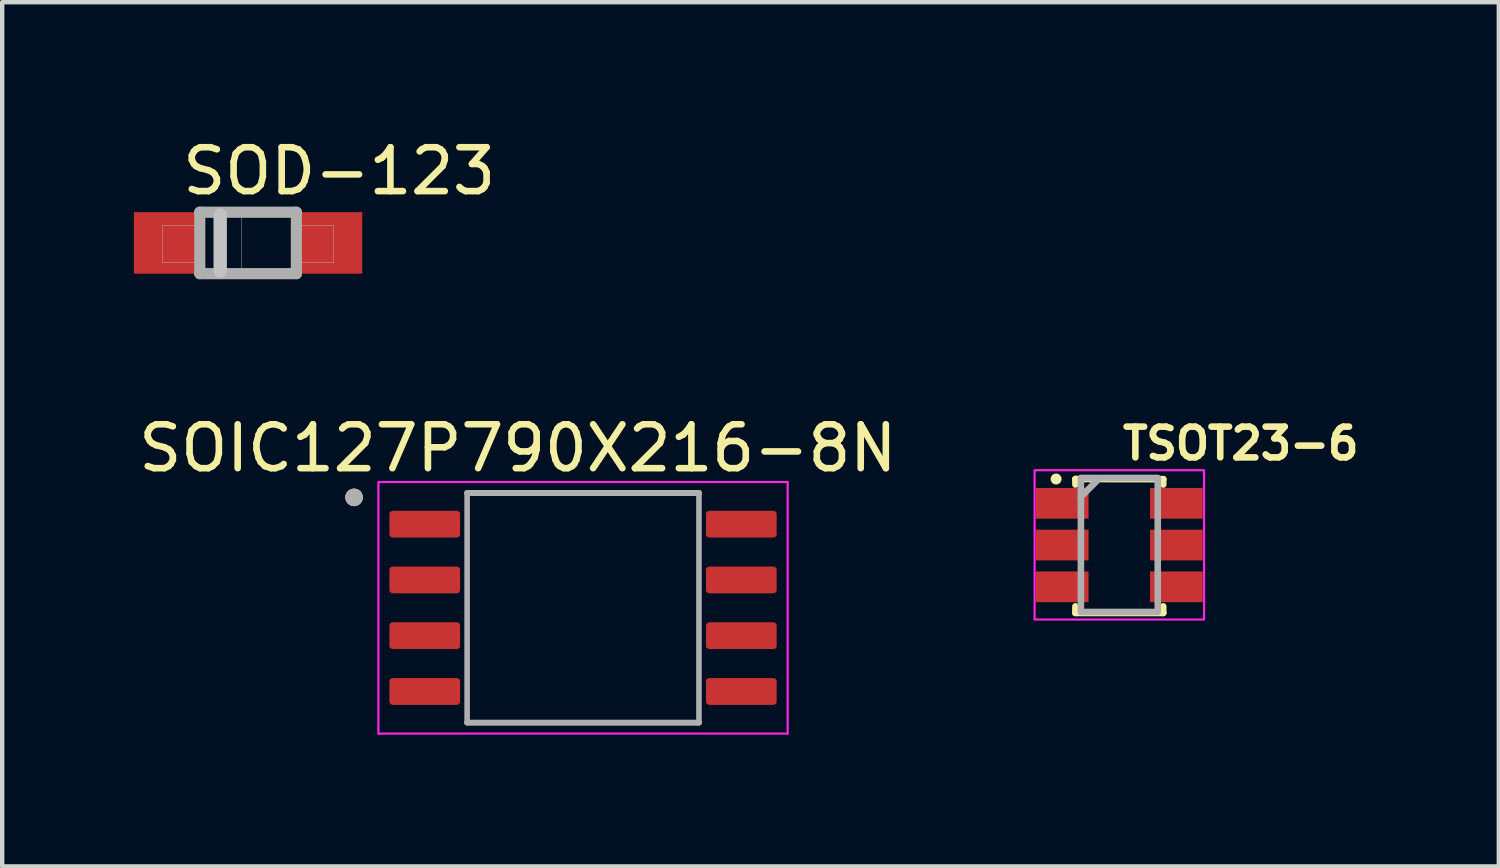
<source format=kicad_pcb>
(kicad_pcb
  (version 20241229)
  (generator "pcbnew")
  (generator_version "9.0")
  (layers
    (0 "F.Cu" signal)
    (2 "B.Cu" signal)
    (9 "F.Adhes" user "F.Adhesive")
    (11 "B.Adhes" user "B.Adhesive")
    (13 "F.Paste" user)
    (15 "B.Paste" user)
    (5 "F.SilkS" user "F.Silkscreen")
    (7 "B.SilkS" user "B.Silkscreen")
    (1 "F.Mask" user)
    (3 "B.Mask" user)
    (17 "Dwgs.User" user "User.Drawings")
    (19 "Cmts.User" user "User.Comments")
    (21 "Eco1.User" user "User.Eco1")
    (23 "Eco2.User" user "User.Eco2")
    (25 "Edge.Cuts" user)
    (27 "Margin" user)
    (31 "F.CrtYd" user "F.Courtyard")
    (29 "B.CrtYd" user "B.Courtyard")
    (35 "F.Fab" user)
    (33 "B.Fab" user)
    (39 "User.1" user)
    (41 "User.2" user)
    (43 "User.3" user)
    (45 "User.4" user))
  (footprint "TSOT23-6"
    (layer "F.Cu")
    (at 22.443 9.36)
    (property "Reference" "TSOT23-6" (at 0 -1.9 0) (layer "F.SilkS") (effects (font (size 0.7 0.7) (thickness 0.15)) (justify left bottom)))
    (attr smd)
    (fp_line (start -1 -1.5) (end -1 -1.375) (stroke (width 0.15) (type solid)) (layer "F.SilkS"))
    (fp_line (start -1 1.55) (end -1 1.4) (stroke (width 0.15) (type solid)) (layer "F.SilkS"))
    (fp_line (start 1 -1.497) (end -1 -1.5) (stroke (width 0.15) (type solid)) (layer "F.SilkS"))
    (fp_line (start 1 -1.497) (end 1 -1.375) (stroke (width 0.15) (type solid)) (layer "F.SilkS"))
    (fp_line (start 1 1.55) (end -1 1.55) (stroke (width 0.15) (type solid)) (layer "F.SilkS"))
    (fp_line (start 1 1.55) (end 1 1.4) (stroke (width 0.15) (type solid)) (layer "F.SilkS"))
    (fp_circle (center -1.44 -1.5) (end -1.39 -1.5) (stroke (width 0.15) (type solid)) (fill yes) (layer "F.SilkS"))
    (fp_rect (start 1.93 -1.7) (end -1.93 1.7) (stroke (width 0.05) (type solid)) (fill no) (layer "F.CrtYd"))
    (fp_line (start -0.45 -1.521) (end -0.876 -1.096) (stroke (width 0.15) (type solid)) (layer "F.Fab"))
    (fp_rect (start 0.875 1.528) (end -0.875 -1.525) (stroke (width 0.15) (type solid)) (fill no) (layer "F.Fab"))
    (fp_rect (start 1.23 -1.397) (end -1.23 1.396) (stroke (width 0.15) (type solid)) (fill no) (layer "User.5"))
    (fp_line (start -1.197 -0.724) (end -1.197 -1.182) (stroke (width 0.01) (type solid)) (layer "User.9"))
    (fp_line (start -1.197 0.228) (end -1.197 -0.229) (stroke (width 0.01) (type solid)) (layer "User.9"))
    (fp_line (start -1.197 1.181) (end -1.197 0.723) (stroke (width 0.01) (type solid)) (layer "User.9"))
    (fp_line (start -0.994 -1.182) (end -1.197 -1.182) (stroke (width 0.01) (type solid)) (layer "User.9"))
    (fp_line (start -0.994 -0.724) (end -1.197 -0.724) (stroke (width 0.01) (type solid)) (layer "User.9"))
    (fp_line (start -0.994 -0.229) (end -1.197 -0.229) (stroke (width 0.01) (type solid)) (layer "User.9"))
    (fp_line (start -0.994 0.228) (end -1.197 0.228) (stroke (width 0.01) (type solid)) (layer "User.9"))
    (fp_line (start -0.994 0.723) (end -1.197 0.723) (stroke (width 0.01) (type solid)) (layer "User.9"))
    (fp_line (start -0.994 1.181) (end -1.197 1.181) (stroke (width 0.01) (type solid)) (layer "User.9"))
    (fp_line (start -0.918 -1.182) (end -0.994 -1.182) (stroke (width 0.01) (type solid)) (layer "User.9"))
    (fp_line (start -0.918 -0.724) (end -0.994 -0.724) (stroke (width 0.01) (type solid)) (layer "User.9"))
    (fp_line (start -0.918 -0.724) (end -0.918 -1.182) (stroke (width 0.01) (type solid)) (layer "User.9"))
    (fp_line (start -0.918 -0.229) (end -0.994 -0.229) (stroke (width 0.01) (type solid)) (layer "User.9"))
    (fp_line (start -0.918 0.228) (end -0.994 0.228) (stroke (width 0.01) (type solid)) (layer "User.9"))
    (fp_line (start -0.918 0.228) (end -0.918 -0.229) (stroke (width 0.01) (type solid)) (layer "User.9"))
    (fp_line (start -0.918 0.723) (end -0.994 0.723) (stroke (width 0.01) (type solid)) (layer "User.9"))
    (fp_line (start -0.918 1.181) (end -0.994 1.181) (stroke (width 0.01) (type solid)) (layer "User.9"))
    (fp_line (start -0.918 1.181) (end -0.918 0.723) (stroke (width 0.01) (type solid)) (layer "User.9"))
    (fp_line (start -0.638 -1.182) (end -0.918 -1.182) (stroke (width 0.01) (type solid)) (layer "User.9"))
    (fp_line (start -0.638 -0.724) (end -0.918 -0.724) (stroke (width 0.01) (type solid)) (layer "User.9"))
    (fp_line (start -0.638 -0.229) (end -0.918 -0.229) (stroke (width 0.01) (type solid)) (layer "User.9"))
    (fp_line (start -0.638 0.228) (end -0.918 0.228) (stroke (width 0.01) (type solid)) (layer "User.9"))
    (fp_line (start -0.638 0.723) (end -0.918 0.723) (stroke (width 0.01) (type solid)) (layer "User.9"))
    (fp_line (start -0.638 1.181) (end -0.918 1.181) (stroke (width 0.01) (type solid)) (layer "User.9"))
    (fp_line (start -0.626 -1.397) (end -0.441 -1.213) (stroke (width 0.01) (type solid)) (layer "User.9"))
    (fp_line (start -0.626 -1.397) (end 0.644 -1.397) (stroke (width 0.01) (type solid)) (layer "User.9"))
    (fp_line (start -0.626 -1.182) (end -0.626 -1.397) (stroke (width 0.01) (type solid)) (layer "User.9"))
    (fp_line (start -0.626 -0.229) (end -0.626 -0.724) (stroke (width 0.01) (type solid)) (layer "User.9"))
    (fp_line (start -0.626 0.723) (end -0.626 0.228) (stroke (width 0.01) (type solid)) (layer "User.9"))
    (fp_line (start -0.626 1.396) (end -0.626 1.181) (stroke (width 0.01) (type solid)) (layer "User.9"))
    (fp_line (start -0.626 1.396) (end -0.441 1.212) (stroke (width 0.01) (type solid)) (layer "User.9"))
    (fp_line (start -0.616 -1.182) (end -0.638 -1.182) (stroke (width 0.01) (type solid)) (layer "User.9"))
    (fp_line (start -0.616 -1.182) (end -0.616 -0.724) (stroke (width 0.01) (type solid)) (layer "User.9"))
    (fp_line (start -0.616 -0.724) (end -0.638 -0.724) (stroke (width 0.01) (type solid)) (layer "User.9"))
    (fp_line (start -0.616 -0.229) (end -0.638 -0.229) (stroke (width 0.01) (type solid)) (layer "User.9"))
    (fp_line (start -0.616 -0.229) (end -0.616 0.228) (stroke (width 0.01) (type solid)) (layer "User.9"))
    (fp_line (start -0.616 0.228) (end -0.638 0.228) (stroke (width 0.01) (type solid)) (layer "User.9"))
    (fp_line (start -0.616 0.723) (end -0.638 0.723) (stroke (width 0.01) (type solid)) (layer "User.9"))
    (fp_line (start -0.616 0.723) (end -0.616 1.181) (stroke (width 0.01) (type solid)) (layer "User.9"))
    (fp_line (start -0.616 1.181) (end -0.638 1.181) (stroke (width 0.01) (type solid)) (layer "User.9"))
    (fp_line (start -0.441 -1.213) (end -0.441 1.212) (stroke (width 0.01) (type solid)) (layer "User.9"))
    (fp_line (start -0.441 1.212) (end 0.46 1.212) (stroke (width 0.01) (type solid)) (layer "User.9"))
    (fp_line (start 0.46 -1.213) (end -0.441 -1.213) (stroke (width 0.01) (type solid)) (layer "User.9"))
    (fp_line (start 0.46 -1.213) (end 0.644 -1.397) (stroke (width 0.01) (type solid)) (layer "User.9"))
    (fp_line (start 0.46 1.212) (end 0.46 -1.213) (stroke (width 0.01) (type solid)) (layer "User.9"))
    (fp_line (start 0.46 1.212) (end 0.644 1.396) (stroke (width 0.01) (type solid)) (layer "User.9"))
    (fp_line (start 0.635 -1.182) (end 0.67 -1.182) (stroke (width 0.01) (type solid)) (layer "User.9"))
    (fp_line (start 0.635 -0.724) (end 0.635 -1.182) (stroke (width 0.01) (type solid)) (layer "User.9"))
    (fp_line (start 0.635 -0.724) (end 0.67 -0.724) (stroke (width 0.01) (type solid)) (layer "User.9"))
    (fp_line (start 0.635 -0.229) (end 0.67 -0.229) (stroke (width 0.01) (type solid)) (layer "User.9"))
    (fp_line (start 0.635 0.228) (end 0.635 -0.229) (stroke (width 0.01) (type solid)) (layer "User.9"))
    (fp_line (start 0.635 0.228) (end 0.67 0.228) (stroke (width 0.01) (type solid)) (layer "User.9"))
    (fp_line (start 0.635 0.723) (end 0.67 0.723) (stroke (width 0.01) (type solid)) (layer "User.9"))
    (fp_line (start 0.635 1.181) (end 0.635 0.723) (stroke (width 0.01) (type solid)) (layer "User.9"))
    (fp_line (start 0.635 1.181) (end 0.67 1.181) (stroke (width 0.01) (type solid)) (layer "User.9"))
    (fp_line (start 0.644 -1.397) (end 0.644 -1.182) (stroke (width 0.01) (type solid)) (layer "User.9"))
    (fp_line (start 0.644 -0.724) (end 0.644 -0.229) (stroke (width 0.01) (type solid)) (layer "User.9"))
    (fp_line (start 0.644 0.228) (end 0.644 0.723) (stroke (width 0.01) (type solid)) (layer "User.9"))
    (fp_line (start 0.644 1.181) (end 0.644 1.396) (stroke (width 0.01) (type solid)) (layer "User.9"))
    (fp_line (start 0.644 1.396) (end -0.626 1.396) (stroke (width 0.01) (type solid)) (layer "User.9"))
    (fp_line (start 0.67 -1.182) (end 0.949 -1.182) (stroke (width 0.01) (type solid)) (layer "User.9"))
    (fp_line (start 0.67 -0.724) (end 0.949 -0.724) (stroke (width 0.01) (type solid)) (layer "User.9"))
    (fp_line (start 0.67 -0.229) (end 0.949 -0.229) (stroke (width 0.01) (type solid)) (layer "User.9"))
    (fp_line (start 0.67 0.228) (end 0.949 0.228) (stroke (width 0.01) (type solid)) (layer "User.9"))
    (fp_line (start 0.67 0.723) (end 0.949 0.723) (stroke (width 0.01) (type solid)) (layer "User.9"))
    (fp_line (start 0.67 1.181) (end 0.949 1.181) (stroke (width 0.01) (type solid)) (layer "User.9"))
    (fp_line (start 0.949 -1.182) (end 0.949 -0.724) (stroke (width 0.01) (type solid)) (layer "User.9"))
    (fp_line (start 0.949 -1.182) (end 1.025 -1.182) (stroke (width 0.01) (type solid)) (layer "User.9"))
    (fp_line (start 0.949 -0.724) (end 1.025 -0.724) (stroke (width 0.01) (type solid)) (layer "User.9"))
    (fp_line (start 0.949 -0.229) (end 0.949 0.228) (stroke (width 0.01) (type solid)) (layer "User.9"))
    (fp_line (start 0.949 -0.229) (end 1.025 -0.229) (stroke (width 0.01) (type solid)) (layer "User.9"))
    (fp_line (start 0.949 0.228) (end 1.025 0.228) (stroke (width 0.01) (type solid)) (layer "User.9"))
    (fp_line (start 0.949 0.723) (end 0.949 1.181) (stroke (width 0.01) (type solid)) (layer "User.9"))
    (fp_line (start 0.949 0.723) (end 1.025 0.723) (stroke (width 0.01) (type solid)) (layer "User.9"))
    (fp_line (start 0.949 1.181) (end 1.025 1.181) (stroke (width 0.01) (type solid)) (layer "User.9"))
    (fp_line (start 1.025 -1.182) (end 1.229 -1.182) (stroke (width 0.01) (type solid)) (layer "User.9"))
    (fp_line (start 1.025 -0.724) (end 1.229 -0.724) (stroke (width 0.01) (type solid)) (layer "User.9"))
    (fp_line (start 1.025 -0.229) (end 1.229 -0.229) (stroke (width 0.01) (type solid)) (layer "User.9"))
    (fp_line (start 1.025 0.228) (end 1.229 0.228) (stroke (width 0.01) (type solid)) (layer "User.9"))
    (fp_line (start 1.025 0.723) (end 1.229 0.723) (stroke (width 0.01) (type solid)) (layer "User.9"))
    (fp_line (start 1.025 1.181) (end 1.229 1.181) (stroke (width 0.01) (type solid)) (layer "User.9"))
    (fp_line (start 1.229 -1.182) (end 1.229 -0.724) (stroke (width 0.01) (type solid)) (layer "User.9"))
    (fp_line (start 1.229 -0.229) (end 1.229 0.228) (stroke (width 0.01) (type solid)) (layer "User.9"))
    (fp_line (start 1.229 0.723) (end 1.229 1.181) (stroke (width 0.01) (type solid)) (layer "User.9"))
    (pad "1" smd rect (at -1.301 -0.947 270) (size 0.7 1.2) (layers "F.Cu" "F.Mask" "F.Paste"))
    (pad "2" smd rect (at -1.301 0.004 270) (size 0.7 1.2) (layers "F.Cu" "F.Mask" "F.Paste"))
    (pad "3" smd rect (at -1.301 0.954 270) (size 0.7 1.2) (layers "F.Cu" "F.Mask" "F.Paste"))
    (pad "4" smd rect (at 1.299 0.954 270) (size 0.7 1.2) (layers "F.Cu" "F.Mask" "F.Paste"))
    (pad "5" smd rect (at 1.299 0.004 270) (size 0.7 1.2) (layers "F.Cu" "F.Mask" "F.Paste"))
    (pad "6" smd rect (at 1.299 -0.947 270) (size 0.7 1.2) (layers "F.Cu" "F.Mask" "F.Paste")))
  (footprint "SOIC127P790X216-8N"
    (layer "F.Cu")
    (at 10.229 10.793)
    (property "Reference" "SOIC127P790X216-8N" (at -1.485 -3.635 0) (layer "F.SilkS") (effects (font (size 1 1) (thickness 0.15))))
    (attr smd)
    (fp_line (start -2.64 -2.615) (end 2.64 -2.615) (stroke (width 0.127) (type solid)) (layer "F.SilkS"))
    (fp_line (start -2.64 2.615) (end 2.64 2.615) (stroke (width 0.127) (type solid)) (layer "F.SilkS"))
    (fp_circle (center -5.215 -2.515) (end -5.115 -2.515) (stroke (width 0.2) (type solid)) (fill no) (layer "F.SilkS"))
    (fp_line (start -4.66 -2.865) (end -4.66 2.865) (stroke (width 0.05) (type solid)) (layer "F.CrtYd"))
    (fp_line (start -4.66 -2.865) (end 4.66 -2.865) (stroke (width 0.05) (type solid)) (layer "F.CrtYd"))
    (fp_line (start -4.66 2.865) (end 4.66 2.865) (stroke (width 0.05) (type solid)) (layer "F.CrtYd"))
    (fp_line (start 4.66 -2.865) (end 4.66 2.865) (stroke (width 0.05) (type solid)) (layer "F.CrtYd"))
    (fp_line (start -2.64 -2.615) (end -2.64 2.615) (stroke (width 0.127) (type solid)) (layer "F.Fab"))
    (fp_line (start -2.64 -2.615) (end 2.64 -2.615) (stroke (width 0.127) (type solid)) (layer "F.Fab"))
    (fp_line (start -2.64 2.615) (end 2.64 2.615) (stroke (width 0.127) (type solid)) (layer "F.Fab"))
    (fp_line (start 2.64 -2.615) (end 2.64 2.615) (stroke (width 0.127) (type solid)) (layer "F.Fab"))
    (fp_circle (center -5.215 -2.515) (end -5.115 -2.515) (stroke (width 0.2) (type solid)) (fill no) (layer "F.Fab"))
    (pad "1" smd roundrect (at -3.605 -1.905) (size 1.61 0.61) (layers "F.Cu" "F.Mask" "F.Paste") (roundrect_rratio 0.125))
    (pad "2" smd roundrect (at -3.605 -0.635) (size 1.61 0.61) (layers "F.Cu" "F.Mask" "F.Paste") (roundrect_rratio 0.125))
    (pad "3" smd roundrect (at -3.605 0.635) (size 1.61 0.61) (layers "F.Cu" "F.Mask" "F.Paste") (roundrect_rratio 0.125))
    (pad "4" smd roundrect (at -3.605 1.905) (size 1.61 0.61) (layers "F.Cu" "F.Mask" "F.Paste") (roundrect_rratio 0.125))
    (pad "5" smd roundrect (at 3.605 1.905) (size 1.61 0.61) (layers "F.Cu" "F.Mask" "F.Paste") (roundrect_rratio 0.125))
    (pad "6" smd roundrect (at 3.605 0.635) (size 1.61 0.61) (layers "F.Cu" "F.Mask" "F.Paste") (roundrect_rratio 0.125))
    (pad "7" smd roundrect (at 3.605 -0.635) (size 1.61 0.61) (layers "F.Cu" "F.Mask" "F.Paste") (roundrect_rratio 0.125))
    (pad "8" smd roundrect (at 3.605 -1.905) (size 1.61 0.61) (layers "F.Cu" "F.Mask" "F.Paste") (roundrect_rratio 0.125)))
  (footprint "SOD-123"
    (layer "F.Cu")
    (at 2.6 2.483)
    (property "Reference" "SOD-123" (at 2.075 -1.635 0) (layer "F.SilkS") (effects (font (size 1 1) (thickness 0.15))))
    (attr smd)
    (fp_line (start -0.635 -0.635) (end -0.635 0.635) (stroke (width 0.305) (type solid)) (layer "Dwgs.User"))
    (fp_line (start -1.1 -0.7) (end 1.1 -0.7) (stroke (width 0.254) (type solid)) (layer "F.Fab"))
    (fp_line (start -1.1 0.7) (end -1.1 -0.7) (stroke (width 0.254) (type solid)) (layer "F.Fab"))
    (fp_line (start 1.1 -0.7) (end 1.1 0.7) (stroke (width 0.254) (type solid)) (layer "F.Fab"))
    (fp_line (start 1.1 0.7) (end -1.1 0.7) (stroke (width 0.254) (type solid)) (layer "F.Fab"))
    (fp_poly (pts (xy -1.95 -0.4) (xy -1.2 -0.4) (xy -1.2 0.45) (xy -1.95 0.45)) (stroke (width 0.01) (type solid)) (fill no) (layer "F.Fab"))
    (fp_poly (pts (xy -1.05 -0.7) (xy -0.15 -0.7) (xy -0.15 0.65) (xy -1.05 0.65)) (stroke (width 0.01) (type solid)) (fill no) (layer "F.Fab"))
    (fp_poly (pts (xy 1.2 -0.4) (xy 1.95 -0.4) (xy 1.95 0.45) (xy 1.2 0.45)) (stroke (width 0.01) (type solid)) (fill no) (layer "F.Fab"))
    (pad "A" smd rect (at 1.9 0) (size 1.4 1.4) (layers "F.Cu" "F.Mask" "F.Paste"))
    (pad "C" smd rect (at -1.9 0) (size 1.4 1.4) (layers "F.Cu" "F.Mask" "F.Paste")))
  (gr_rect
    (start -3 -3)
    (end 31.086 16.683)
    (stroke (width 0.1) (type default))
    (fill no)
    (layer "Edge.Cuts")))
</source>
